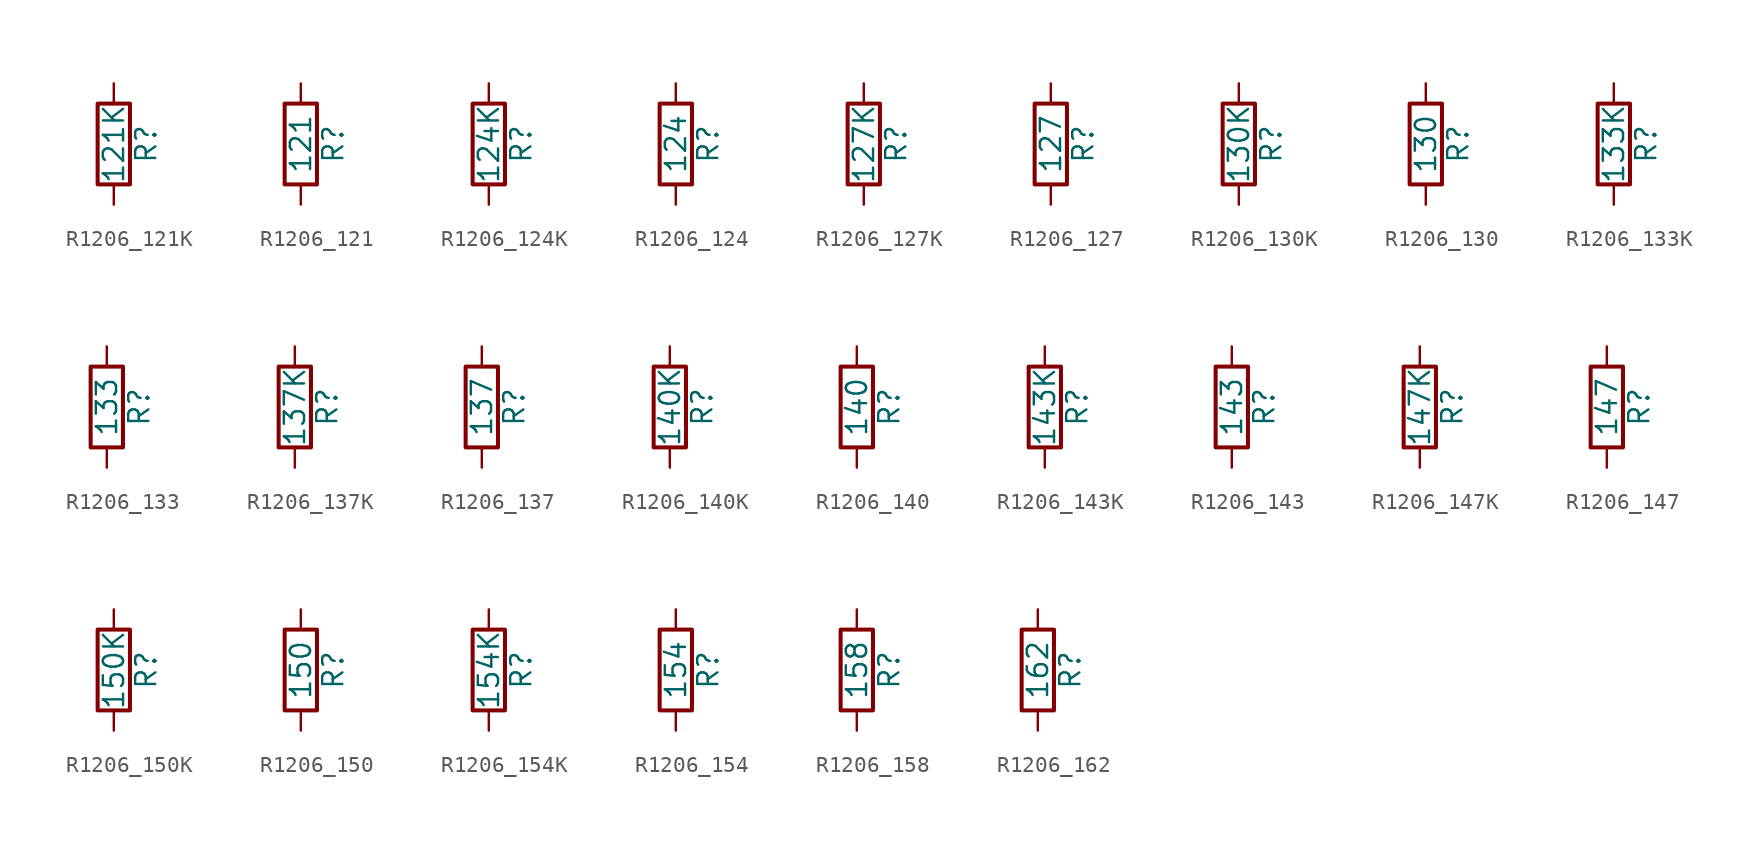
<source format=kicad_sym>
(kicad_symbol_lib
  (version 20211014)
  (generator atlantix-eda)
  (symbol "R1206_121K"
    (pin_numbers hide)
    (pin_names
      (offset 0))
    (property "Reference" "R"
      (at 2.032 0 90)
      (effects (font (size 1.27 1.27))))
    (property "Value" "121K"
      (at 0 0 90)
      (effects (font (size 1.27 1.27))))
    (symbol "R1206_121K_0_1"
      (rectangle (start -1.016 -2.54) (end 1.016 2.54) (stroke (width 0.254) (type default) (color 0 0 0 0)) (fill (type none))))
    (symbol "R1206_121K_1_1"
      (pin passive line (at 0 3.81 270) (length 1.27) (name "~" (effects (font (size 1.27 1.27)))) (number "1" (effects (font (size 1.27 1.27)))))
      (pin passive line (at 0 -3.81 90) (length 1.27) (name "~" (effects (font (size 1.27 1.27)))) (number "2" (effects (font (size 1.27 1.27)))))))
  (symbol "R1206_121"
    (pin_numbers hide)
    (pin_names
      (offset 0))
    (property "Reference" "R"
      (at 2.032 0 90)
      (effects (font (size 1.27 1.27))))
    (property "Value" "121"
      (at 0 0 90)
      (effects (font (size 1.27 1.27))))
    (symbol "R1206_121_0_1"
      (rectangle (start -1.016 -2.54) (end 1.016 2.54) (stroke (width 0.254) (type default) (color 0 0 0 0)) (fill (type none))))
    (symbol "R1206_121_1_1"
      (pin passive line (at 0 3.81 270) (length 1.27) (name "~" (effects (font (size 1.27 1.27)))) (number "1" (effects (font (size 1.27 1.27)))))
      (pin passive line (at 0 -3.81 90) (length 1.27) (name "~" (effects (font (size 1.27 1.27)))) (number "2" (effects (font (size 1.27 1.27)))))))
  (symbol "R1206_124K"
    (pin_numbers hide)
    (pin_names
      (offset 0))
    (property "Reference" "R"
      (at 2.032 0 90)
      (effects (font (size 1.27 1.27))))
    (property "Value" "124K"
      (at 0 0 90)
      (effects (font (size 1.27 1.27))))
    (symbol "R1206_124K_0_1"
      (rectangle (start -1.016 -2.54) (end 1.016 2.54) (stroke (width 0.254) (type default) (color 0 0 0 0)) (fill (type none))))
    (symbol "R1206_124K_1_1"
      (pin passive line (at 0 3.81 270) (length 1.27) (name "~" (effects (font (size 1.27 1.27)))) (number "1" (effects (font (size 1.27 1.27)))))
      (pin passive line (at 0 -3.81 90) (length 1.27) (name "~" (effects (font (size 1.27 1.27)))) (number "2" (effects (font (size 1.27 1.27)))))))
  (symbol "R1206_124"
    (pin_numbers hide)
    (pin_names
      (offset 0))
    (property "Reference" "R"
      (at 2.032 0 90)
      (effects (font (size 1.27 1.27))))
    (property "Value" "124"
      (at 0 0 90)
      (effects (font (size 1.27 1.27))))
    (symbol "R1206_124_0_1"
      (rectangle (start -1.016 -2.54) (end 1.016 2.54) (stroke (width 0.254) (type default) (color 0 0 0 0)) (fill (type none))))
    (symbol "R1206_124_1_1"
      (pin passive line (at 0 3.81 270) (length 1.27) (name "~" (effects (font (size 1.27 1.27)))) (number "1" (effects (font (size 1.27 1.27)))))
      (pin passive line (at 0 -3.81 90) (length 1.27) (name "~" (effects (font (size 1.27 1.27)))) (number "2" (effects (font (size 1.27 1.27)))))))
  (symbol "R1206_127K"
    (pin_numbers hide)
    (pin_names
      (offset 0))
    (property "Reference" "R"
      (at 2.032 0 90)
      (effects (font (size 1.27 1.27))))
    (property "Value" "127K"
      (at 0 0 90)
      (effects (font (size 1.27 1.27))))
    (symbol "R1206_127K_0_1"
      (rectangle (start -1.016 -2.54) (end 1.016 2.54) (stroke (width 0.254) (type default) (color 0 0 0 0)) (fill (type none))))
    (symbol "R1206_127K_1_1"
      (pin passive line (at 0 3.81 270) (length 1.27) (name "~" (effects (font (size 1.27 1.27)))) (number "1" (effects (font (size 1.27 1.27)))))
      (pin passive line (at 0 -3.81 90) (length 1.27) (name "~" (effects (font (size 1.27 1.27)))) (number "2" (effects (font (size 1.27 1.27)))))))
  (symbol "R1206_127"
    (pin_numbers hide)
    (pin_names
      (offset 0))
    (property "Reference" "R"
      (at 2.032 0 90)
      (effects (font (size 1.27 1.27))))
    (property "Value" "127"
      (at 0 0 90)
      (effects (font (size 1.27 1.27))))
    (symbol "R1206_127_0_1"
      (rectangle (start -1.016 -2.54) (end 1.016 2.54) (stroke (width 0.254) (type default) (color 0 0 0 0)) (fill (type none))))
    (symbol "R1206_127_1_1"
      (pin passive line (at 0 3.81 270) (length 1.27) (name "~" (effects (font (size 1.27 1.27)))) (number "1" (effects (font (size 1.27 1.27)))))
      (pin passive line (at 0 -3.81 90) (length 1.27) (name "~" (effects (font (size 1.27 1.27)))) (number "2" (effects (font (size 1.27 1.27)))))))
  (symbol "R1206_130K"
    (pin_numbers hide)
    (pin_names
      (offset 0))
    (property "Reference" "R"
      (at 2.032 0 90)
      (effects (font (size 1.27 1.27))))
    (property "Value" "130K"
      (at 0 0 90)
      (effects (font (size 1.27 1.27))))
    (symbol "R1206_130K_0_1"
      (rectangle (start -1.016 -2.54) (end 1.016 2.54) (stroke (width 0.254) (type default) (color 0 0 0 0)) (fill (type none))))
    (symbol "R1206_130K_1_1"
      (pin passive line (at 0 3.81 270) (length 1.27) (name "~" (effects (font (size 1.27 1.27)))) (number "1" (effects (font (size 1.27 1.27)))))
      (pin passive line (at 0 -3.81 90) (length 1.27) (name "~" (effects (font (size 1.27 1.27)))) (number "2" (effects (font (size 1.27 1.27)))))))
  (symbol "R1206_130"
    (pin_numbers hide)
    (pin_names
      (offset 0))
    (property "Reference" "R"
      (at 2.032 0 90)
      (effects (font (size 1.27 1.27))))
    (property "Value" "130"
      (at 0 0 90)
      (effects (font (size 1.27 1.27))))
    (symbol "R1206_130_0_1"
      (rectangle (start -1.016 -2.54) (end 1.016 2.54) (stroke (width 0.254) (type default) (color 0 0 0 0)) (fill (type none))))
    (symbol "R1206_130_1_1"
      (pin passive line (at 0 3.81 270) (length 1.27) (name "~" (effects (font (size 1.27 1.27)))) (number "1" (effects (font (size 1.27 1.27)))))
      (pin passive line (at 0 -3.81 90) (length 1.27) (name "~" (effects (font (size 1.27 1.27)))) (number "2" (effects (font (size 1.27 1.27)))))))
  (symbol "R1206_133K"
    (pin_numbers hide)
    (pin_names
      (offset 0))
    (property "Reference" "R"
      (at 2.032 0 90)
      (effects (font (size 1.27 1.27))))
    (property "Value" "133K"
      (at 0 0 90)
      (effects (font (size 1.27 1.27))))
    (symbol "R1206_133K_0_1"
      (rectangle (start -1.016 -2.54) (end 1.016 2.54) (stroke (width 0.254) (type default) (color 0 0 0 0)) (fill (type none))))
    (symbol "R1206_133K_1_1"
      (pin passive line (at 0 3.81 270) (length 1.27) (name "~" (effects (font (size 1.27 1.27)))) (number "1" (effects (font (size 1.27 1.27)))))
      (pin passive line (at 0 -3.81 90) (length 1.27) (name "~" (effects (font (size 1.27 1.27)))) (number "2" (effects (font (size 1.27 1.27)))))))
  (symbol "R1206_133"
    (pin_numbers hide)
    (pin_names
      (offset 0))
    (property "Reference" "R"
      (at 2.032 0 90)
      (effects (font (size 1.27 1.27))))
    (property "Value" "133"
      (at 0 0 90)
      (effects (font (size 1.27 1.27))))
    (symbol "R1206_133_0_1"
      (rectangle (start -1.016 -2.54) (end 1.016 2.54) (stroke (width 0.254) (type default) (color 0 0 0 0)) (fill (type none))))
    (symbol "R1206_133_1_1"
      (pin passive line (at 0 3.81 270) (length 1.27) (name "~" (effects (font (size 1.27 1.27)))) (number "1" (effects (font (size 1.27 1.27)))))
      (pin passive line (at 0 -3.81 90) (length 1.27) (name "~" (effects (font (size 1.27 1.27)))) (number "2" (effects (font (size 1.27 1.27)))))))
  (symbol "R1206_137K"
    (pin_numbers hide)
    (pin_names
      (offset 0))
    (property "Reference" "R"
      (at 2.032 0 90)
      (effects (font (size 1.27 1.27))))
    (property "Value" "137K"
      (at 0 0 90)
      (effects (font (size 1.27 1.27))))
    (symbol "R1206_137K_0_1"
      (rectangle (start -1.016 -2.54) (end 1.016 2.54) (stroke (width 0.254) (type default) (color 0 0 0 0)) (fill (type none))))
    (symbol "R1206_137K_1_1"
      (pin passive line (at 0 3.81 270) (length 1.27) (name "~" (effects (font (size 1.27 1.27)))) (number "1" (effects (font (size 1.27 1.27)))))
      (pin passive line (at 0 -3.81 90) (length 1.27) (name "~" (effects (font (size 1.27 1.27)))) (number "2" (effects (font (size 1.27 1.27)))))))
  (symbol "R1206_137"
    (pin_numbers hide)
    (pin_names
      (offset 0))
    (property "Reference" "R"
      (at 2.032 0 90)
      (effects (font (size 1.27 1.27))))
    (property "Value" "137"
      (at 0 0 90)
      (effects (font (size 1.27 1.27))))
    (symbol "R1206_137_0_1"
      (rectangle (start -1.016 -2.54) (end 1.016 2.54) (stroke (width 0.254) (type default) (color 0 0 0 0)) (fill (type none))))
    (symbol "R1206_137_1_1"
      (pin passive line (at 0 3.81 270) (length 1.27) (name "~" (effects (font (size 1.27 1.27)))) (number "1" (effects (font (size 1.27 1.27)))))
      (pin passive line (at 0 -3.81 90) (length 1.27) (name "~" (effects (font (size 1.27 1.27)))) (number "2" (effects (font (size 1.27 1.27)))))))
  (symbol "R1206_140K"
    (pin_numbers hide)
    (pin_names
      (offset 0))
    (property "Reference" "R"
      (at 2.032 0 90)
      (effects (font (size 1.27 1.27))))
    (property "Value" "140K"
      (at 0 0 90)
      (effects (font (size 1.27 1.27))))
    (symbol "R1206_140K_0_1"
      (rectangle (start -1.016 -2.54) (end 1.016 2.54) (stroke (width 0.254) (type default) (color 0 0 0 0)) (fill (type none))))
    (symbol "R1206_140K_1_1"
      (pin passive line (at 0 3.81 270) (length 1.27) (name "~" (effects (font (size 1.27 1.27)))) (number "1" (effects (font (size 1.27 1.27)))))
      (pin passive line (at 0 -3.81 90) (length 1.27) (name "~" (effects (font (size 1.27 1.27)))) (number "2" (effects (font (size 1.27 1.27)))))))
  (symbol "R1206_140"
    (pin_numbers hide)
    (pin_names
      (offset 0))
    (property "Reference" "R"
      (at 2.032 0 90)
      (effects (font (size 1.27 1.27))))
    (property "Value" "140"
      (at 0 0 90)
      (effects (font (size 1.27 1.27))))
    (symbol "R1206_140_0_1"
      (rectangle (start -1.016 -2.54) (end 1.016 2.54) (stroke (width 0.254) (type default) (color 0 0 0 0)) (fill (type none))))
    (symbol "R1206_140_1_1"
      (pin passive line (at 0 3.81 270) (length 1.27) (name "~" (effects (font (size 1.27 1.27)))) (number "1" (effects (font (size 1.27 1.27)))))
      (pin passive line (at 0 -3.81 90) (length 1.27) (name "~" (effects (font (size 1.27 1.27)))) (number "2" (effects (font (size 1.27 1.27)))))))
  (symbol "R1206_143K"
    (pin_numbers hide)
    (pin_names
      (offset 0))
    (property "Reference" "R"
      (at 2.032 0 90)
      (effects (font (size 1.27 1.27))))
    (property "Value" "143K"
      (at 0 0 90)
      (effects (font (size 1.27 1.27))))
    (symbol "R1206_143K_0_1"
      (rectangle (start -1.016 -2.54) (end 1.016 2.54) (stroke (width 0.254) (type default) (color 0 0 0 0)) (fill (type none))))
    (symbol "R1206_143K_1_1"
      (pin passive line (at 0 3.81 270) (length 1.27) (name "~" (effects (font (size 1.27 1.27)))) (number "1" (effects (font (size 1.27 1.27)))))
      (pin passive line (at 0 -3.81 90) (length 1.27) (name "~" (effects (font (size 1.27 1.27)))) (number "2" (effects (font (size 1.27 1.27)))))))
  (symbol "R1206_143"
    (pin_numbers hide)
    (pin_names
      (offset 0))
    (property "Reference" "R"
      (at 2.032 0 90)
      (effects (font (size 1.27 1.27))))
    (property "Value" "143"
      (at 0 0 90)
      (effects (font (size 1.27 1.27))))
    (symbol "R1206_143_0_1"
      (rectangle (start -1.016 -2.54) (end 1.016 2.54) (stroke (width 0.254) (type default) (color 0 0 0 0)) (fill (type none))))
    (symbol "R1206_143_1_1"
      (pin passive line (at 0 3.81 270) (length 1.27) (name "~" (effects (font (size 1.27 1.27)))) (number "1" (effects (font (size 1.27 1.27)))))
      (pin passive line (at 0 -3.81 90) (length 1.27) (name "~" (effects (font (size 1.27 1.27)))) (number "2" (effects (font (size 1.27 1.27)))))))
  (symbol "R1206_147K"
    (pin_numbers hide)
    (pin_names
      (offset 0))
    (property "Reference" "R"
      (at 2.032 0 90)
      (effects (font (size 1.27 1.27))))
    (property "Value" "147K"
      (at 0 0 90)
      (effects (font (size 1.27 1.27))))
    (symbol "R1206_147K_0_1"
      (rectangle (start -1.016 -2.54) (end 1.016 2.54) (stroke (width 0.254) (type default) (color 0 0 0 0)) (fill (type none))))
    (symbol "R1206_147K_1_1"
      (pin passive line (at 0 3.81 270) (length 1.27) (name "~" (effects (font (size 1.27 1.27)))) (number "1" (effects (font (size 1.27 1.27)))))
      (pin passive line (at 0 -3.81 90) (length 1.27) (name "~" (effects (font (size 1.27 1.27)))) (number "2" (effects (font (size 1.27 1.27)))))))
  (symbol "R1206_147"
    (pin_numbers hide)
    (pin_names
      (offset 0))
    (property "Reference" "R"
      (at 2.032 0 90)
      (effects (font (size 1.27 1.27))))
    (property "Value" "147"
      (at 0 0 90)
      (effects (font (size 1.27 1.27))))
    (symbol "R1206_147_0_1"
      (rectangle (start -1.016 -2.54) (end 1.016 2.54) (stroke (width 0.254) (type default) (color 0 0 0 0)) (fill (type none))))
    (symbol "R1206_147_1_1"
      (pin passive line (at 0 3.81 270) (length 1.27) (name "~" (effects (font (size 1.27 1.27)))) (number "1" (effects (font (size 1.27 1.27)))))
      (pin passive line (at 0 -3.81 90) (length 1.27) (name "~" (effects (font (size 1.27 1.27)))) (number "2" (effects (font (size 1.27 1.27)))))))
  (symbol "R1206_150K"
    (pin_numbers hide)
    (pin_names
      (offset 0))
    (property "Reference" "R"
      (at 2.032 0 90)
      (effects (font (size 1.27 1.27))))
    (property "Value" "150K"
      (at 0 0 90)
      (effects (font (size 1.27 1.27))))
    (symbol "R1206_150K_0_1"
      (rectangle (start -1.016 -2.54) (end 1.016 2.54) (stroke (width 0.254) (type default) (color 0 0 0 0)) (fill (type none))))
    (symbol "R1206_150K_1_1"
      (pin passive line (at 0 3.81 270) (length 1.27) (name "~" (effects (font (size 1.27 1.27)))) (number "1" (effects (font (size 1.27 1.27)))))
      (pin passive line (at 0 -3.81 90) (length 1.27) (name "~" (effects (font (size 1.27 1.27)))) (number "2" (effects (font (size 1.27 1.27)))))))
  (symbol "R1206_150"
    (pin_numbers hide)
    (pin_names
      (offset 0))
    (property "Reference" "R"
      (at 2.032 0 90)
      (effects (font (size 1.27 1.27))))
    (property "Value" "150"
      (at 0 0 90)
      (effects (font (size 1.27 1.27))))
    (symbol "R1206_150_0_1"
      (rectangle (start -1.016 -2.54) (end 1.016 2.54) (stroke (width 0.254) (type default) (color 0 0 0 0)) (fill (type none))))
    (symbol "R1206_150_1_1"
      (pin passive line (at 0 3.81 270) (length 1.27) (name "~" (effects (font (size 1.27 1.27)))) (number "1" (effects (font (size 1.27 1.27)))))
      (pin passive line (at 0 -3.81 90) (length 1.27) (name "~" (effects (font (size 1.27 1.27)))) (number "2" (effects (font (size 1.27 1.27)))))))
  (symbol "R1206_154K"
    (pin_numbers hide)
    (pin_names
      (offset 0))
    (property "Reference" "R"
      (at 2.032 0 90)
      (effects (font (size 1.27 1.27))))
    (property "Value" "154K"
      (at 0 0 90)
      (effects (font (size 1.27 1.27))))
    (symbol "R1206_154K_0_1"
      (rectangle (start -1.016 -2.54) (end 1.016 2.54) (stroke (width 0.254) (type default) (color 0 0 0 0)) (fill (type none))))
    (symbol "R1206_154K_1_1"
      (pin passive line (at 0 3.81 270) (length 1.27) (name "~" (effects (font (size 1.27 1.27)))) (number "1" (effects (font (size 1.27 1.27)))))
      (pin passive line (at 0 -3.81 90) (length 1.27) (name "~" (effects (font (size 1.27 1.27)))) (number "2" (effects (font (size 1.27 1.27)))))))
  (symbol "R1206_154"
    (pin_numbers hide)
    (pin_names
      (offset 0))
    (property "Reference" "R"
      (at 2.032 0 90)
      (effects (font (size 1.27 1.27))))
    (property "Value" "154"
      (at 0 0 90)
      (effects (font (size 1.27 1.27))))
    (symbol "R1206_154_0_1"
      (rectangle (start -1.016 -2.54) (end 1.016 2.54) (stroke (width 0.254) (type default) (color 0 0 0 0)) (fill (type none))))
    (symbol "R1206_154_1_1"
      (pin passive line (at 0 3.81 270) (length 1.27) (name "~" (effects (font (size 1.27 1.27)))) (number "1" (effects (font (size 1.27 1.27)))))
      (pin passive line (at 0 -3.81 90) (length 1.27) (name "~" (effects (font (size 1.27 1.27)))) (number "2" (effects (font (size 1.27 1.27)))))))
  (symbol "R1206_158"
    (pin_numbers hide)
    (pin_names
      (offset 0))
    (property "Reference" "R"
      (at 2.032 0 90)
      (effects (font (size 1.27 1.27))))
    (property "Value" "158"
      (at 0 0 90)
      (effects (font (size 1.27 1.27))))
    (symbol "R1206_158_0_1"
      (rectangle (start -1.016 -2.54) (end 1.016 2.54) (stroke (width 0.254) (type default) (color 0 0 0 0)) (fill (type none))))
    (symbol "R1206_158_1_1"
      (pin passive line (at 0 3.81 270) (length 1.27) (name "~" (effects (font (size 1.27 1.27)))) (number "1" (effects (font (size 1.27 1.27)))))
      (pin passive line (at 0 -3.81 90) (length 1.27) (name "~" (effects (font (size 1.27 1.27)))) (number "2" (effects (font (size 1.27 1.27)))))))
  (symbol "R1206_162"
    (pin_numbers hide)
    (pin_names
      (offset 0))
    (property "Reference" "R"
      (at 2.032 0 90)
      (effects (font (size 1.27 1.27))))
    (property "Value" "162"
      (at 0 0 90)
      (effects (font (size 1.27 1.27))))
    (symbol "R1206_162_0_1"
      (rectangle (start -1.016 -2.54) (end 1.016 2.54) (stroke (width 0.254) (type default) (color 0 0 0 0)) (fill (type none))))
    (symbol "R1206_162_1_1"
      (pin passive line (at 0 3.81 270) (length 1.27) (name "~" (effects (font (size 1.27 1.27)))) (number "1" (effects (font (size 1.27 1.27)))))
      (pin passive line (at 0 -3.81 90) (length 1.27) (name "~" (effects (font (size 1.27 1.27)))) (number "2" (effects (font (size 1.27 1.27))))))))
</source>
